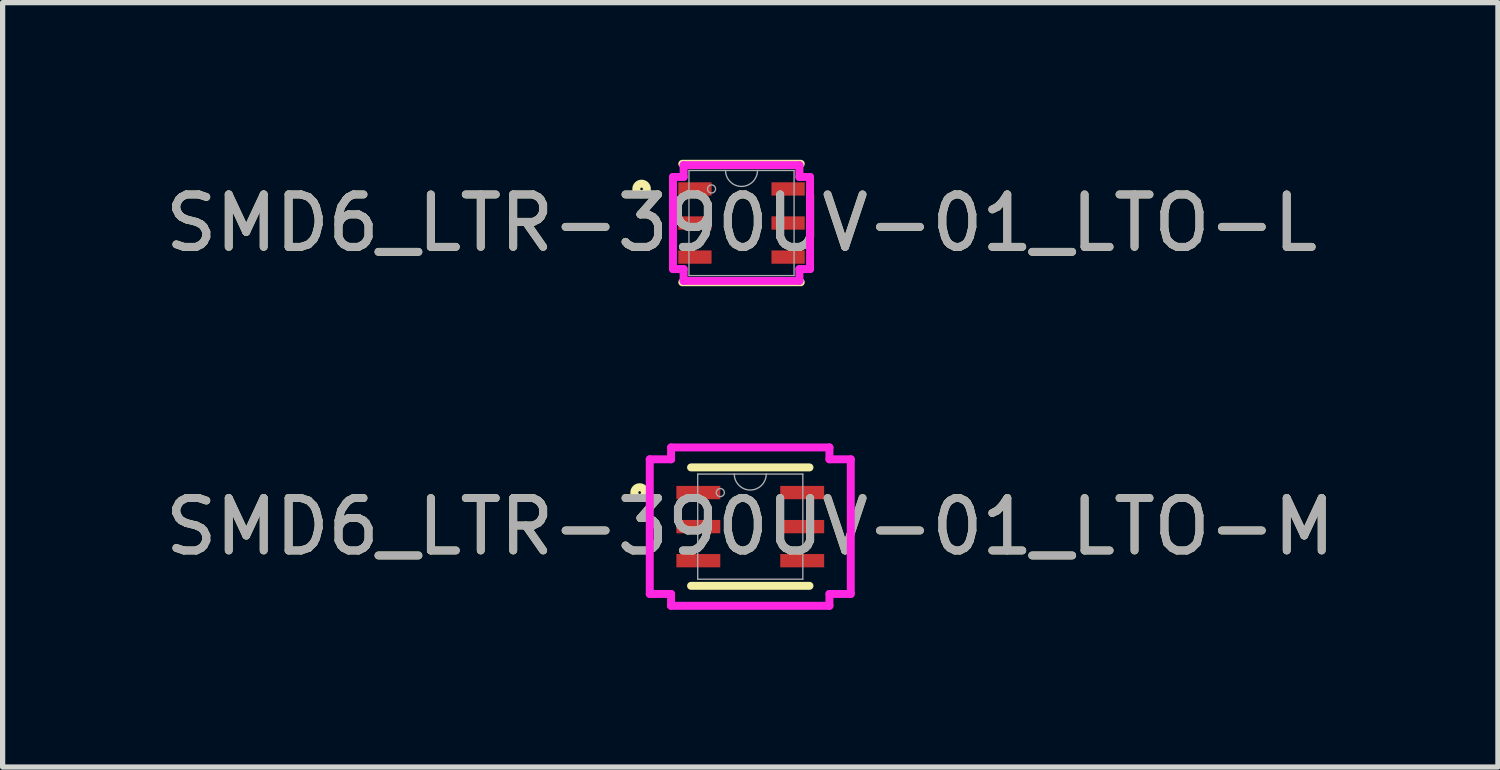
<source format=kicad_pcb>
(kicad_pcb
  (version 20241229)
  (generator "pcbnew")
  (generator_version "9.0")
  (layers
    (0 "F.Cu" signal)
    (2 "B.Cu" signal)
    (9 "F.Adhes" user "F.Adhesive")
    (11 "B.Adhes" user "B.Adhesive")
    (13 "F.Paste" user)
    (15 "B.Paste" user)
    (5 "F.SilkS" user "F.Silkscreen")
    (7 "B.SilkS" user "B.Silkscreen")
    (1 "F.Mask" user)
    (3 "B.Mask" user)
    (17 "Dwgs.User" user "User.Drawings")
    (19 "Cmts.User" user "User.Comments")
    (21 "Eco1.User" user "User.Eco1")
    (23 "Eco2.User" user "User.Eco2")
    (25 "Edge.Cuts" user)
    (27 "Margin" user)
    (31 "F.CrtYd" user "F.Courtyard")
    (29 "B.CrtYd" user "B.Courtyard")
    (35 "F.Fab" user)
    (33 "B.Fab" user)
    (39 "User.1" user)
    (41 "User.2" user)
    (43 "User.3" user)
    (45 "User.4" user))
  (footprint "SMD6_LTR-390UV-01_LTO-L"
    (layer "F.Cu")
    (at 11.101 1.206)
    (property "Reference" "SMD6_LTR-390UV-01_LTO-L" (at 0 0 0) (unlocked yes) (layer "F.SilkS") (effects (font (size 1 1) (thickness 0.15))))
    (attr smd)
    (fp_line (start -1.13 1.13) (end 1.13 1.13) (stroke (width 0.152) (type solid)) (layer "F.SilkS"))
    (fp_line (start 1.13 -1.13) (end -1.13 -1.13) (stroke (width 0.152) (type solid)) (layer "F.SilkS"))
    (fp_circle (center -1.907 -0.65) (end -1.806 -0.65) (stroke (width 0.152) (type solid)) (fill no) (layer "F.SilkS"))
    (fp_line (start -1.308 -0.879) (end -1.105 -0.879) (stroke (width 0.152) (type solid)) (layer "F.CrtYd"))
    (fp_line (start -1.308 0.879) (end -1.308 -0.879) (stroke (width 0.152) (type solid)) (layer "F.CrtYd"))
    (fp_line (start -1.308 0.879) (end -1.105 0.879) (stroke (width 0.152) (type solid)) (layer "F.CrtYd"))
    (fp_line (start -1.105 -1.105) (end 1.105 -1.105) (stroke (width 0.152) (type solid)) (layer "F.CrtYd"))
    (fp_line (start -1.105 -0.879) (end -1.105 -1.105) (stroke (width 0.152) (type solid)) (layer "F.CrtYd"))
    (fp_line (start -1.105 1.105) (end -1.105 0.879) (stroke (width 0.152) (type solid)) (layer "F.CrtYd"))
    (fp_line (start 1.105 -1.105) (end 1.105 -0.879) (stroke (width 0.152) (type solid)) (layer "F.CrtYd"))
    (fp_line (start 1.105 0.879) (end 1.105 1.105) (stroke (width 0.152) (type solid)) (layer "F.CrtYd"))
    (fp_line (start 1.105 1.105) (end -1.105 1.105) (stroke (width 0.152) (type solid)) (layer "F.CrtYd"))
    (fp_line (start 1.308 -0.879) (end 1.105 -0.879) (stroke (width 0.152) (type solid)) (layer "F.CrtYd"))
    (fp_line (start 1.308 -0.879) (end 1.308 0.879) (stroke (width 0.152) (type solid)) (layer "F.CrtYd"))
    (fp_line (start 1.308 0.879) (end 1.105 0.879) (stroke (width 0.152) (type solid)) (layer "F.CrtYd"))
    (fp_line (start -1.003 -1.003) (end -1.003 1.003) (stroke (width 0.025) (type solid)) (layer "F.Fab"))
    (fp_line (start -1.003 1.003) (end 1.003 1.003) (stroke (width 0.025) (type solid)) (layer "F.Fab"))
    (fp_line (start 1.003 -1.003) (end -1.003 -1.003) (stroke (width 0.025) (type solid)) (layer "F.Fab"))
    (fp_line (start 1.003 1.003) (end 1.003 -1.003) (stroke (width 0.025) (type solid)) (layer "F.Fab"))
    (fp_arc (start 0.3048 -1.0033) (mid 0 -0.6985) (end -0.3048 -1.0033) (stroke (width 0.0254) (type solid)) (layer "F.Fab"))
    (fp_circle (center -0.572 -0.65) (end -0.495 -0.65) (stroke (width 0.025) (type solid)) (fill no) (layer "F.Fab"))
    (fp_text user "${REFERENCE}" (at 0 0 0) (unlocked yes) (layer "F.Fab") (effects (font (size 1 1) (thickness 0.15))))
    (pad "1" smd rect (at -0.889 -0.65) (size 0.635 0.254) (layers "F.Cu" "F.Mask" "F.Paste"))
    (pad "2" smd rect (at -0.889 0) (size 0.635 0.254) (layers "F.Cu" "F.Mask" "F.Paste"))
    (pad "3" smd rect (at -0.889 0.65) (size 0.635 0.254) (layers "F.Cu" "F.Mask" "F.Paste"))
    (pad "4" smd rect (at 0.889 0.65) (size 0.635 0.254) (layers "F.Cu" "F.Mask" "F.Paste"))
    (pad "5" smd rect (at 0.889 0) (size 0.635 0.254) (layers "F.Cu" "F.Mask" "F.Paste"))
    (pad "6" smd rect (at 0.889 -0.65) (size 0.635 0.254) (layers "F.Cu" "F.Mask" "F.Paste")))
  (footprint "SMD6_LTR-390UV-01_LTO-M"
    (layer "F.Cu")
    (at 11.268 7)
    (property "Reference" "SMD6_LTR-390UV-01_LTO-M" (at 0 0 0) (unlocked yes) (layer "F.SilkS") (effects (font (size 1 1) (thickness 0.15))))
    (attr smd)
    (fp_line (start -1.13 1.13) (end 1.13 1.13) (stroke (width 0.152) (type solid)) (layer "F.SilkS"))
    (fp_line (start 1.13 -1.13) (end -1.13 -1.13) (stroke (width 0.152) (type solid)) (layer "F.SilkS"))
    (fp_circle (center -2.111 -0.65) (end -2.009 -0.65) (stroke (width 0.152) (type solid)) (fill no) (layer "F.SilkS"))
    (fp_line (start -1.918 -1.285) (end -1.511 -1.285) (stroke (width 0.152) (type solid)) (layer "F.CrtYd"))
    (fp_line (start -1.918 1.285) (end -1.918 -1.285) (stroke (width 0.152) (type solid)) (layer "F.CrtYd"))
    (fp_line (start -1.918 1.285) (end -1.511 1.285) (stroke (width 0.152) (type solid)) (layer "F.CrtYd"))
    (fp_line (start -1.511 -1.511) (end 1.511 -1.511) (stroke (width 0.152) (type solid)) (layer "F.CrtYd"))
    (fp_line (start -1.511 -1.285) (end -1.511 -1.511) (stroke (width 0.152) (type solid)) (layer "F.CrtYd"))
    (fp_line (start -1.511 1.511) (end -1.511 1.285) (stroke (width 0.152) (type solid)) (layer "F.CrtYd"))
    (fp_line (start 1.511 -1.511) (end 1.511 -1.285) (stroke (width 0.152) (type solid)) (layer "F.CrtYd"))
    (fp_line (start 1.511 1.285) (end 1.511 1.511) (stroke (width 0.152) (type solid)) (layer "F.CrtYd"))
    (fp_line (start 1.511 1.511) (end -1.511 1.511) (stroke (width 0.152) (type solid)) (layer "F.CrtYd"))
    (fp_line (start 1.918 -1.285) (end 1.511 -1.285) (stroke (width 0.152) (type solid)) (layer "F.CrtYd"))
    (fp_line (start 1.918 -1.285) (end 1.918 1.285) (stroke (width 0.152) (type solid)) (layer "F.CrtYd"))
    (fp_line (start 1.918 1.285) (end 1.511 1.285) (stroke (width 0.152) (type solid)) (layer "F.CrtYd"))
    (fp_line (start -1.003 -1.003) (end -1.003 1.003) (stroke (width 0.025) (type solid)) (layer "F.Fab"))
    (fp_line (start -1.003 1.003) (end 1.003 1.003) (stroke (width 0.025) (type solid)) (layer "F.Fab"))
    (fp_line (start 1.003 -1.003) (end -1.003 -1.003) (stroke (width 0.025) (type solid)) (layer "F.Fab"))
    (fp_line (start 1.003 1.003) (end 1.003 -1.003) (stroke (width 0.025) (type solid)) (layer "F.Fab"))
    (fp_arc (start 0.3048 -1.0033) (mid 0 -0.6985) (end -0.3048 -1.0033) (stroke (width 0.0254) (type solid)) (layer "F.Fab"))
    (fp_circle (center -0.572 -0.65) (end -0.495 -0.65) (stroke (width 0.025) (type solid)) (fill no) (layer "F.Fab"))
    (fp_text user "${REFERENCE}" (at 0 0 0) (unlocked yes) (layer "F.Fab") (effects (font (size 1 1) (thickness 0.15))))
    (pad "1" smd rect (at -0.991 -0.65) (size 0.838 0.254) (layers "F.Cu" "F.Mask" "F.Paste"))
    (pad "2" smd rect (at -0.991 0) (size 0.838 0.254) (layers "F.Cu" "F.Mask" "F.Paste"))
    (pad "3" smd rect (at -0.991 0.65) (size 0.838 0.254) (layers "F.Cu" "F.Mask" "F.Paste"))
    (pad "4" smd rect (at 0.991 0.65) (size 0.838 0.254) (layers "F.Cu" "F.Mask" "F.Paste"))
    (pad "5" smd rect (at 0.991 0) (size 0.838 0.254) (layers "F.Cu" "F.Mask" "F.Paste"))
    (pad "6" smd rect (at 0.991 -0.65) (size 0.838 0.254) (layers "F.Cu" "F.Mask" "F.Paste")))
  (gr_rect
    (start -3 -3)
    (end 25.536 11.588)
    (stroke (width 0.1) (type default))
    (fill no)
    (layer "Edge.Cuts")))
</source>
